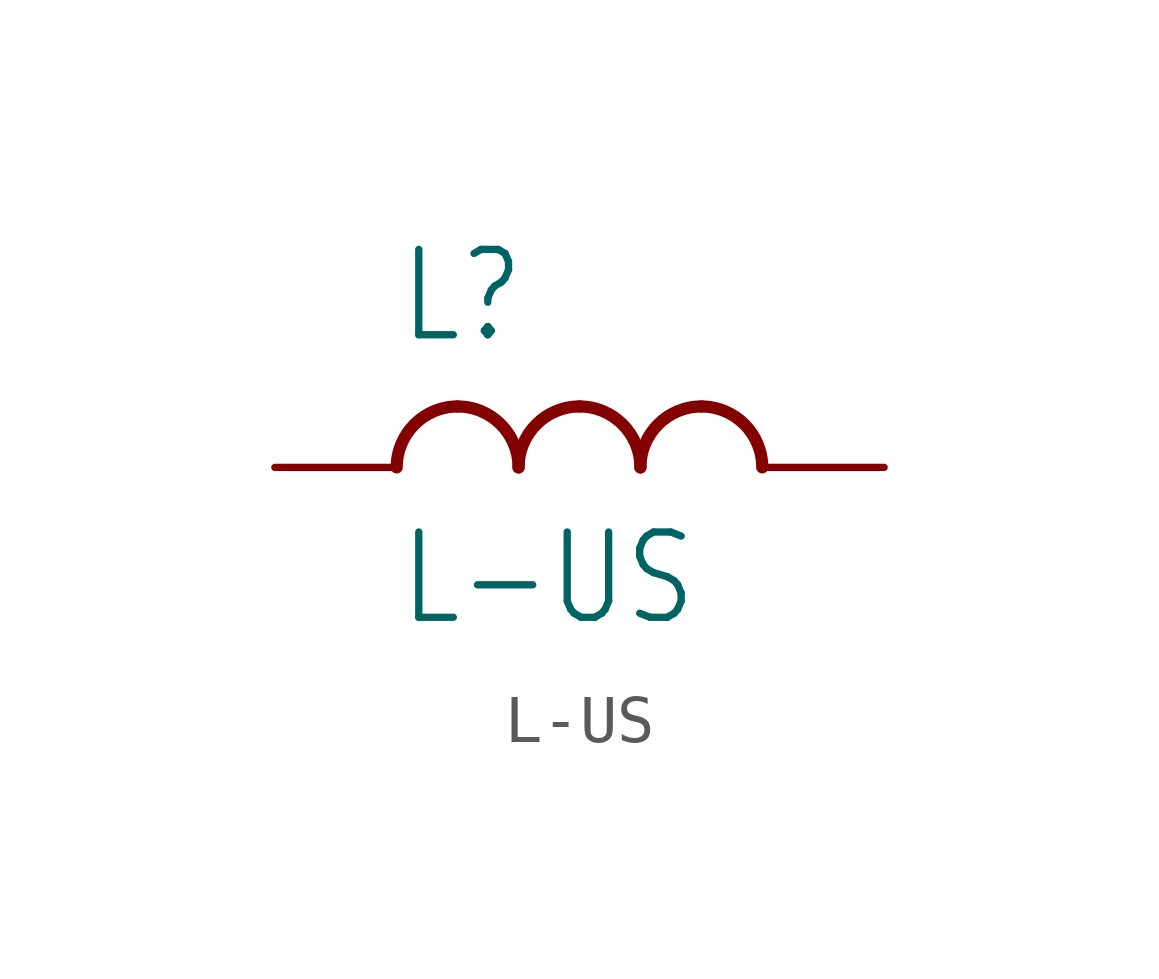
<source format=kicad_sym>
(kicad_symbol_lib
  (version 20211014)
  (generator kicad_symbol_editor)
  (symbol "L-US"
    (property "Reference" "L"
      (at -5.08 2.54 0)
      (effects (font (size 1.778 1.511)) (justify left bottom)))
    (property "Value" "L-US"
      (at -5.08 -1.27 0)
      (effects (font (size 1.778 1.511)) (justify left top)))
    (property "ki_locked" ""
      (at 0 0 0)
      (effects (font (size 1.27 1.27))))
    (symbol "L-US_1_0"
      (arc (start -3.81 1.27) (mid -4.708 0.898) (end -5.08 0) (stroke (width 0.254) (type default) (color 0 0 0 0)) (fill (type none)))
      (arc (start -2.54 0) (mid -2.912 0.898) (end -3.81 1.27) (stroke (width 0.254) (type default) (color 0 0 0 0)) (fill (type none)))
      (arc (start -1.27 1.27) (mid -2.168 0.898) (end -2.54 0) (stroke (width 0.254) (type default) (color 0 0 0 0)) (fill (type none)))
      (arc (start 0 0) (mid -0.372 0.898) (end -1.27 1.27) (stroke (width 0.254) (type default) (color 0 0 0 0)) (fill (type none)))
      (arc (start 1.27 1.27) (mid 0.372 0.898) (end 0 0) (stroke (width 0.254) (type default) (color 0 0 0 0)) (fill (type none)))
      (arc (start 2.54 0) (mid 2.168 0.898) (end 1.27 1.27) (stroke (width 0.254) (type default) (color 0 0 0 0)) (fill (type none)))
      (pin passive line (at 5.08 0 180) (length 2.54) (name "2" (effects (font (size 0 0)))) (number "1" (effects (font (size 0 0)))))
      (pin passive line (at -7.62 0 0) (length 2.54) (name "1" (effects (font (size 0 0)))) (number "2" (effects (font (size 0 0))))))))
</source>
